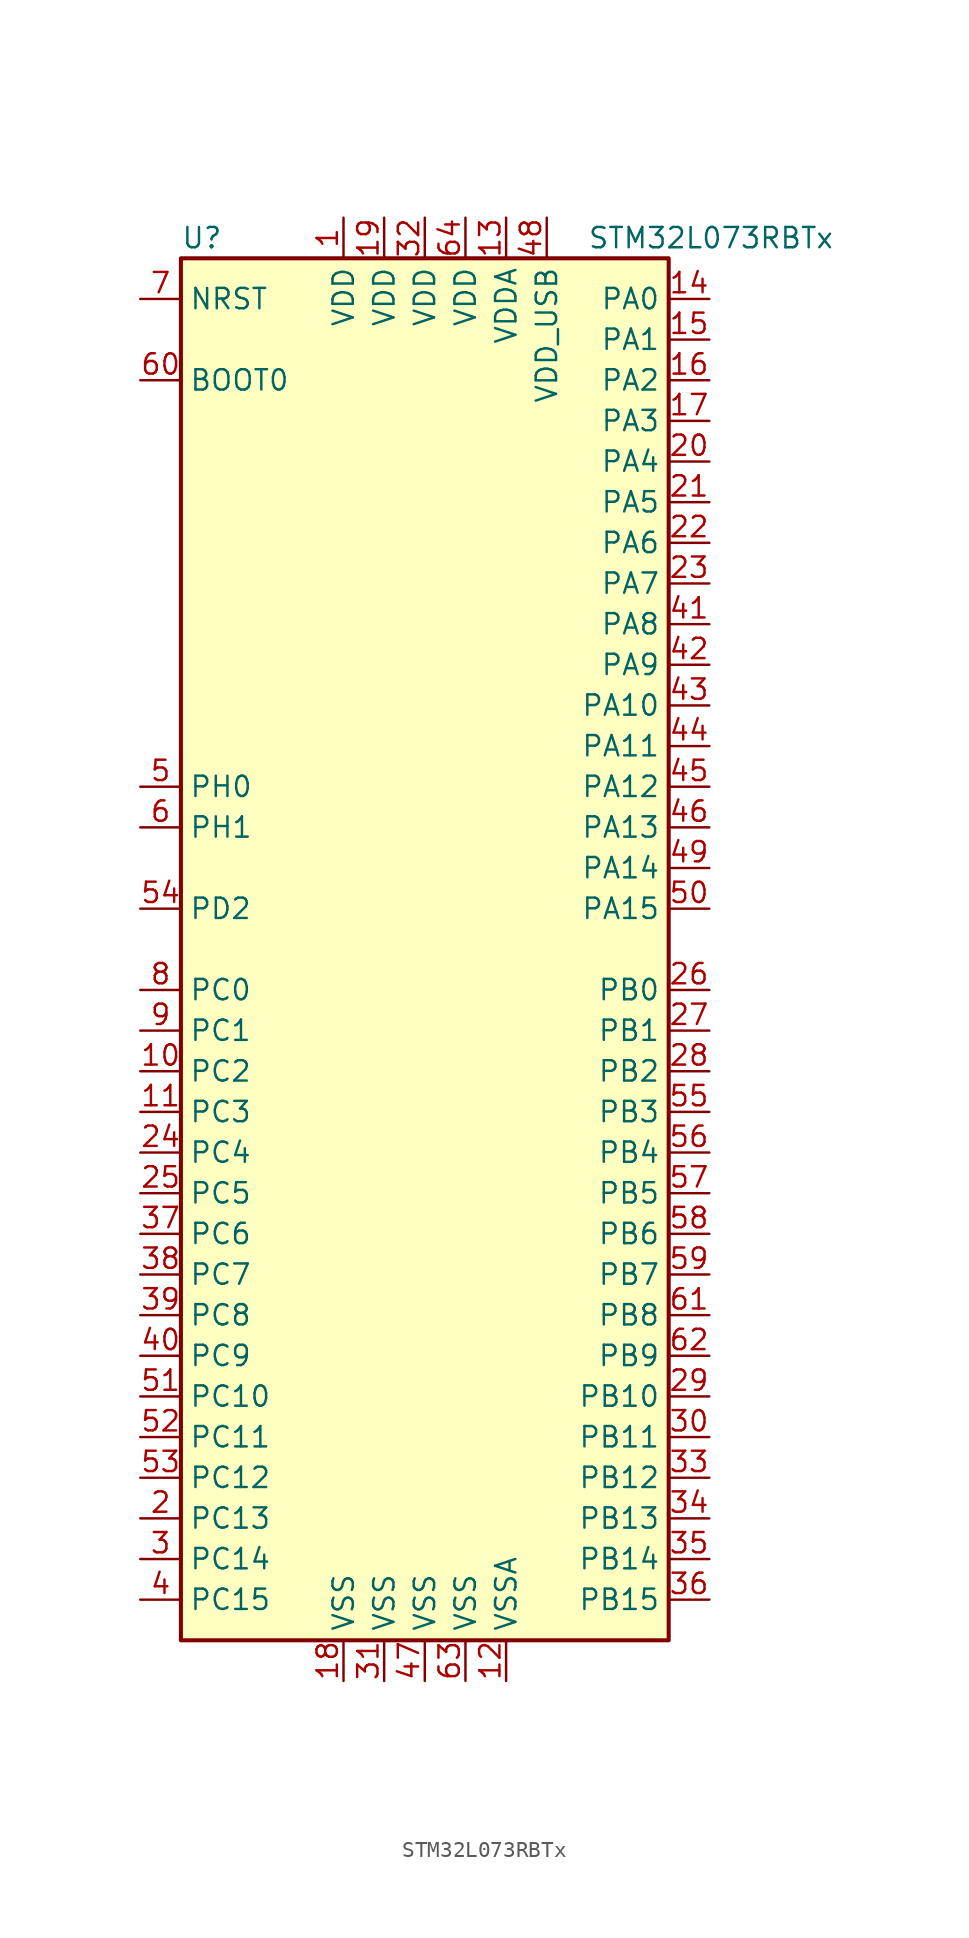
<source format=kicad_sym>
(kicad_symbol_lib
  (version 20201005)
  (generator kicad_symbol_editor)
  (symbol "STM32L073RBTx"
    (property "Reference" "U"
      (at -15.24 44.45 0)
      (effects (font (size 1.27 1.27)) (justify left)))
    (property "Value" "STM32L073RBTx"
      (at 10.16 44.45 0)
      (effects (font (size 1.27 1.27)) (justify left)))
    (symbol "STM32L073RBTx_0_1"
      (rectangle (start -15.24 -43.18) (end 15.24 43.18) (stroke (width 0.254)) (fill (type background))))
    (symbol "STM32L073RBTx_1_1"
      (pin input line (at -17.78 35.56 0) (length 2.54) (name "BOOT0" (effects (font (size 1.27 1.27)))) (number "60" (effects (font (size 1.27 1.27)))))
      (pin input line (at -17.78 40.64 0) (length 2.54) (name "NRST" (effects (font (size 1.27 1.27)))) (number "7" (effects (font (size 1.27 1.27)))))
      (pin bidirectional line (at 17.78 40.64 180) (length 2.54) (name "PA0" (effects (font (size 1.27 1.27)))) (number "14" (effects (font (size 1.27 1.27)))))
      (pin bidirectional line (at 17.78 38.1 180) (length 2.54) (name "PA1" (effects (font (size 1.27 1.27)))) (number "15" (effects (font (size 1.27 1.27)))))
      (pin bidirectional line (at 17.78 15.24 180) (length 2.54) (name "PA10" (effects (font (size 1.27 1.27)))) (number "43" (effects (font (size 1.27 1.27)))))
      (pin bidirectional line (at 17.78 12.7 180) (length 2.54) (name "PA11" (effects (font (size 1.27 1.27)))) (number "44" (effects (font (size 1.27 1.27)))))
      (pin bidirectional line (at 17.78 10.16 180) (length 2.54) (name "PA12" (effects (font (size 1.27 1.27)))) (number "45" (effects (font (size 1.27 1.27)))))
      (pin bidirectional line (at 17.78 7.62 180) (length 2.54) (name "PA13" (effects (font (size 1.27 1.27)))) (number "46" (effects (font (size 1.27 1.27)))))
      (pin bidirectional line (at 17.78 5.08 180) (length 2.54) (name "PA14" (effects (font (size 1.27 1.27)))) (number "49" (effects (font (size 1.27 1.27)))))
      (pin bidirectional line (at 17.78 2.54 180) (length 2.54) (name "PA15" (effects (font (size 1.27 1.27)))) (number "50" (effects (font (size 1.27 1.27)))))
      (pin bidirectional line (at 17.78 35.56 180) (length 2.54) (name "PA2" (effects (font (size 1.27 1.27)))) (number "16" (effects (font (size 1.27 1.27)))))
      (pin bidirectional line (at 17.78 33.02 180) (length 2.54) (name "PA3" (effects (font (size 1.27 1.27)))) (number "17" (effects (font (size 1.27 1.27)))))
      (pin bidirectional line (at 17.78 30.48 180) (length 2.54) (name "PA4" (effects (font (size 1.27 1.27)))) (number "20" (effects (font (size 1.27 1.27)))))
      (pin bidirectional line (at 17.78 27.94 180) (length 2.54) (name "PA5" (effects (font (size 1.27 1.27)))) (number "21" (effects (font (size 1.27 1.27)))))
      (pin bidirectional line (at 17.78 25.4 180) (length 2.54) (name "PA6" (effects (font (size 1.27 1.27)))) (number "22" (effects (font (size 1.27 1.27)))))
      (pin bidirectional line (at 17.78 22.86 180) (length 2.54) (name "PA7" (effects (font (size 1.27 1.27)))) (number "23" (effects (font (size 1.27 1.27)))))
      (pin bidirectional line (at 17.78 20.32 180) (length 2.54) (name "PA8" (effects (font (size 1.27 1.27)))) (number "41" (effects (font (size 1.27 1.27)))))
      (pin bidirectional line (at 17.78 17.78 180) (length 2.54) (name "PA9" (effects (font (size 1.27 1.27)))) (number "42" (effects (font (size 1.27 1.27)))))
      (pin bidirectional line (at 17.78 -2.54 180) (length 2.54) (name "PB0" (effects (font (size 1.27 1.27)))) (number "26" (effects (font (size 1.27 1.27)))))
      (pin bidirectional line (at 17.78 -5.08 180) (length 2.54) (name "PB1" (effects (font (size 1.27 1.27)))) (number "27" (effects (font (size 1.27 1.27)))))
      (pin bidirectional line (at 17.78 -27.94 180) (length 2.54) (name "PB10" (effects (font (size 1.27 1.27)))) (number "29" (effects (font (size 1.27 1.27)))))
      (pin bidirectional line (at 17.78 -30.48 180) (length 2.54) (name "PB11" (effects (font (size 1.27 1.27)))) (number "30" (effects (font (size 1.27 1.27)))))
      (pin bidirectional line (at 17.78 -33.02 180) (length 2.54) (name "PB12" (effects (font (size 1.27 1.27)))) (number "33" (effects (font (size 1.27 1.27)))))
      (pin bidirectional line (at 17.78 -35.56 180) (length 2.54) (name "PB13" (effects (font (size 1.27 1.27)))) (number "34" (effects (font (size 1.27 1.27)))))
      (pin bidirectional line (at 17.78 -38.1 180) (length 2.54) (name "PB14" (effects (font (size 1.27 1.27)))) (number "35" (effects (font (size 1.27 1.27)))))
      (pin bidirectional line (at 17.78 -40.64 180) (length 2.54) (name "PB15" (effects (font (size 1.27 1.27)))) (number "36" (effects (font (size 1.27 1.27)))))
      (pin bidirectional line (at 17.78 -7.62 180) (length 2.54) (name "PB2" (effects (font (size 1.27 1.27)))) (number "28" (effects (font (size 1.27 1.27)))))
      (pin bidirectional line (at 17.78 -10.16 180) (length 2.54) (name "PB3" (effects (font (size 1.27 1.27)))) (number "55" (effects (font (size 1.27 1.27)))))
      (pin bidirectional line (at 17.78 -12.7 180) (length 2.54) (name "PB4" (effects (font (size 1.27 1.27)))) (number "56" (effects (font (size 1.27 1.27)))))
      (pin bidirectional line (at 17.78 -15.24 180) (length 2.54) (name "PB5" (effects (font (size 1.27 1.27)))) (number "57" (effects (font (size 1.27 1.27)))))
      (pin bidirectional line (at 17.78 -17.78 180) (length 2.54) (name "PB6" (effects (font (size 1.27 1.27)))) (number "58" (effects (font (size 1.27 1.27)))))
      (pin bidirectional line (at 17.78 -20.32 180) (length 2.54) (name "PB7" (effects (font (size 1.27 1.27)))) (number "59" (effects (font (size 1.27 1.27)))))
      (pin bidirectional line (at 17.78 -22.86 180) (length 2.54) (name "PB8" (effects (font (size 1.27 1.27)))) (number "61" (effects (font (size 1.27 1.27)))))
      (pin bidirectional line (at 17.78 -25.4 180) (length 2.54) (name "PB9" (effects (font (size 1.27 1.27)))) (number "62" (effects (font (size 1.27 1.27)))))
      (pin bidirectional line (at -17.78 -2.54 0) (length 2.54) (name "PC0" (effects (font (size 1.27 1.27)))) (number "8" (effects (font (size 1.27 1.27)))))
      (pin bidirectional line (at -17.78 -5.08 0) (length 2.54) (name "PC1" (effects (font (size 1.27 1.27)))) (number "9" (effects (font (size 1.27 1.27)))))
      (pin bidirectional line (at -17.78 -27.94 0) (length 2.54) (name "PC10" (effects (font (size 1.27 1.27)))) (number "51" (effects (font (size 1.27 1.27)))))
      (pin bidirectional line (at -17.78 -30.48 0) (length 2.54) (name "PC11" (effects (font (size 1.27 1.27)))) (number "52" (effects (font (size 1.27 1.27)))))
      (pin bidirectional line (at -17.78 -33.02 0) (length 2.54) (name "PC12" (effects (font (size 1.27 1.27)))) (number "53" (effects (font (size 1.27 1.27)))))
      (pin bidirectional line (at -17.78 -35.56 0) (length 2.54) (name "PC13" (effects (font (size 1.27 1.27)))) (number "2" (effects (font (size 1.27 1.27)))))
      (pin bidirectional line (at -17.78 -38.1 0) (length 2.54) (name "PC14" (effects (font (size 1.27 1.27)))) (number "3" (effects (font (size 1.27 1.27)))))
      (pin bidirectional line (at -17.78 -40.64 0) (length 2.54) (name "PC15" (effects (font (size 1.27 1.27)))) (number "4" (effects (font (size 1.27 1.27)))))
      (pin bidirectional line (at -17.78 -7.62 0) (length 2.54) (name "PC2" (effects (font (size 1.27 1.27)))) (number "10" (effects (font (size 1.27 1.27)))))
      (pin bidirectional line (at -17.78 -10.16 0) (length 2.54) (name "PC3" (effects (font (size 1.27 1.27)))) (number "11" (effects (font (size 1.27 1.27)))))
      (pin bidirectional line (at -17.78 -12.7 0) (length 2.54) (name "PC4" (effects (font (size 1.27 1.27)))) (number "24" (effects (font (size 1.27 1.27)))))
      (pin bidirectional line (at -17.78 -15.24 0) (length 2.54) (name "PC5" (effects (font (size 1.27 1.27)))) (number "25" (effects (font (size 1.27 1.27)))))
      (pin bidirectional line (at -17.78 -17.78 0) (length 2.54) (name "PC6" (effects (font (size 1.27 1.27)))) (number "37" (effects (font (size 1.27 1.27)))))
      (pin bidirectional line (at -17.78 -20.32 0) (length 2.54) (name "PC7" (effects (font (size 1.27 1.27)))) (number "38" (effects (font (size 1.27 1.27)))))
      (pin bidirectional line (at -17.78 -22.86 0) (length 2.54) (name "PC8" (effects (font (size 1.27 1.27)))) (number "39" (effects (font (size 1.27 1.27)))))
      (pin bidirectional line (at -17.78 -25.4 0) (length 2.54) (name "PC9" (effects (font (size 1.27 1.27)))) (number "40" (effects (font (size 1.27 1.27)))))
      (pin bidirectional line (at -17.78 2.54 0) (length 2.54) (name "PD2" (effects (font (size 1.27 1.27)))) (number "54" (effects (font (size 1.27 1.27)))))
      (pin input line (at -17.78 10.16 0) (length 2.54) (name "PH0" (effects (font (size 1.27 1.27)))) (number "5" (effects (font (size 1.27 1.27)))))
      (pin input line (at -17.78 7.62 0) (length 2.54) (name "PH1" (effects (font (size 1.27 1.27)))) (number "6" (effects (font (size 1.27 1.27)))))
      (pin power_in line (at -5.08 45.72 270) (length 2.54) (name "VDD" (effects (font (size 1.27 1.27)))) (number "1" (effects (font (size 1.27 1.27)))))
      (pin power_in line (at -2.54 45.72 270) (length 2.54) (name "VDD" (effects (font (size 1.27 1.27)))) (number "19" (effects (font (size 1.27 1.27)))))
      (pin power_in line (at 0 45.72 270) (length 2.54) (name "VDD" (effects (font (size 1.27 1.27)))) (number "32" (effects (font (size 1.27 1.27)))))
      (pin power_in line (at 2.54 45.72 270) (length 2.54) (name "VDD" (effects (font (size 1.27 1.27)))) (number "64" (effects (font (size 1.27 1.27)))))
      (pin power_in line (at 5.08 45.72 270) (length 2.54) (name "VDDA" (effects (font (size 1.27 1.27)))) (number "13" (effects (font (size 1.27 1.27)))))
      (pin power_in line (at 7.62 45.72 270) (length 2.54) (name "VDD_USB" (effects (font (size 1.27 1.27)))) (number "48" (effects (font (size 1.27 1.27)))))
      (pin power_in line (at -5.08 -45.72 90) (length 2.54) (name "VSS" (effects (font (size 1.27 1.27)))) (number "18" (effects (font (size 1.27 1.27)))))
      (pin power_in line (at -2.54 -45.72 90) (length 2.54) (name "VSS" (effects (font (size 1.27 1.27)))) (number "31" (effects (font (size 1.27 1.27)))))
      (pin power_in line (at 0 -45.72 90) (length 2.54) (name "VSS" (effects (font (size 1.27 1.27)))) (number "47" (effects (font (size 1.27 1.27)))))
      (pin power_in line (at 2.54 -45.72 90) (length 2.54) (name "VSS" (effects (font (size 1.27 1.27)))) (number "63" (effects (font (size 1.27 1.27)))))
      (pin power_in line (at 5.08 -45.72 90) (length 2.54) (name "VSSA" (effects (font (size 1.27 1.27)))) (number "12" (effects (font (size 1.27 1.27))))))))
</source>
